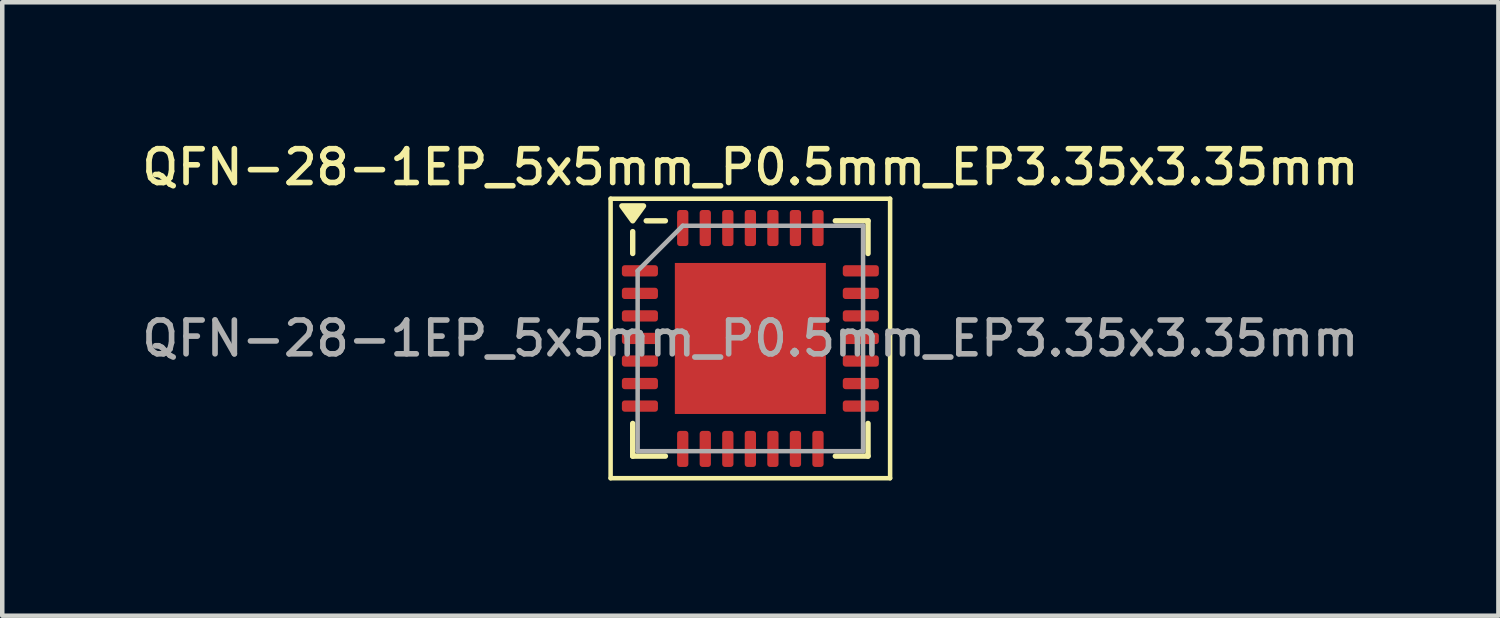
<source format=kicad_pcb>
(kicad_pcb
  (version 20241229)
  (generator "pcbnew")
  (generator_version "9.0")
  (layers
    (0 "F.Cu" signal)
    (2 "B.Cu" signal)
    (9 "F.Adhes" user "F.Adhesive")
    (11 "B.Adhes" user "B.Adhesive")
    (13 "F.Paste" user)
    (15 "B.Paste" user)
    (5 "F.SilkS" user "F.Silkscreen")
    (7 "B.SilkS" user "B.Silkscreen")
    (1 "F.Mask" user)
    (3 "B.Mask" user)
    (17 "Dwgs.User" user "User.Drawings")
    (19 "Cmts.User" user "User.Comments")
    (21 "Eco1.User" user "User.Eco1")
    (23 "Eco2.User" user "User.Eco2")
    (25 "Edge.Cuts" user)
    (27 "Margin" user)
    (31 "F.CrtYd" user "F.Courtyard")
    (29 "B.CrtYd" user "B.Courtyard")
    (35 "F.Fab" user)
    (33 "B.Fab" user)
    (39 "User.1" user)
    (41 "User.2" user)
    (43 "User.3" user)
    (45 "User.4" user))
  (footprint "QFN-28-1EP_5x5mm_P0.5mm_EP3.35x3.35mm"
    (layer "F.Cu")
    (at 13.595 4.458)
    (property "Reference" "QFN-28-1EP_5x5mm_P0.5mm_EP3.35x3.35mm" (at 0 -3.8 0) (layer "F.SilkS") (effects (font (size 0.75 0.75) (thickness 0.125))))
    (attr smd)
    (fp_line (start -3.1 -3.1) (end -3.1 3.1) (stroke (width 0.1) (type solid)) (layer "F.SilkS"))
    (fp_line (start -3.1 3.1) (end 3.1 3.1) (stroke (width 0.1) (type solid)) (layer "F.SilkS"))
    (fp_line (start -2.61 -1.885) (end -2.61 -2.37) (stroke (width 0.12) (type solid)) (layer "F.SilkS"))
    (fp_line (start -2.61 2.61) (end -2.61 1.885) (stroke (width 0.12) (type solid)) (layer "F.SilkS"))
    (fp_line (start -1.885 -2.61) (end -2.31 -2.61) (stroke (width 0.12) (type solid)) (layer "F.SilkS"))
    (fp_line (start -1.885 2.61) (end -2.61 2.61) (stroke (width 0.12) (type solid)) (layer "F.SilkS"))
    (fp_line (start 1.885 -2.61) (end 2.61 -2.61) (stroke (width 0.12) (type solid)) (layer "F.SilkS"))
    (fp_line (start 1.885 2.61) (end 2.61 2.61) (stroke (width 0.12) (type solid)) (layer "F.SilkS"))
    (fp_line (start 2.61 -2.61) (end 2.61 -1.885) (stroke (width 0.12) (type solid)) (layer "F.SilkS"))
    (fp_line (start 2.61 2.61) (end 2.61 1.885) (stroke (width 0.12) (type solid)) (layer "F.SilkS"))
    (fp_line (start 3.1 -3.1) (end -3.1 -3.1) (stroke (width 0.1) (type solid)) (layer "F.SilkS"))
    (fp_line (start 3.1 3.1) (end 3.1 -3.1) (stroke (width 0.1) (type solid)) (layer "F.SilkS"))
    (fp_poly (pts (xy -2.61 -2.61) (xy -2.85 -2.94) (xy -2.37 -2.94) (xy -2.61 -2.61)) (stroke (width 0.12) (type solid)) (fill yes) (layer "F.SilkS"))
    (fp_line (start -2.5 -1.5) (end -1.5 -2.5) (stroke (width 0.1) (type solid)) (layer "F.Fab"))
    (fp_line (start -2.5 2.5) (end -2.5 -1.5) (stroke (width 0.1) (type solid)) (layer "F.Fab"))
    (fp_line (start -1.5 -2.5) (end 2.5 -2.5) (stroke (width 0.1) (type solid)) (layer "F.Fab"))
    (fp_line (start 2.5 -2.5) (end 2.5 2.5) (stroke (width 0.1) (type solid)) (layer "F.Fab"))
    (fp_line (start 2.5 2.5) (end -2.5 2.5) (stroke (width 0.1) (type solid)) (layer "F.Fab"))
    (fp_text user "${REFERENCE}" (at 0 0 0) (layer "F.Fab") (effects (font (size 0.75 0.75) (thickness 0.125))))
    (pad "" smd roundrect (at -1.12 -1.12) (size 0.9 0.9) (layers "F.Paste") (roundrect_rratio 0.25))
    (pad "" smd roundrect (at -1.12 0) (size 0.9 0.9) (layers "F.Paste") (roundrect_rratio 0.25))
    (pad "" smd roundrect (at -1.12 1.12) (size 0.9 0.9) (layers "F.Paste") (roundrect_rratio 0.25))
    (pad "" smd roundrect (at 0 -1.12) (size 0.9 0.9) (layers "F.Paste") (roundrect_rratio 0.25))
    (pad "" smd roundrect (at 0 0) (size 0.9 0.9) (layers "F.Paste") (roundrect_rratio 0.25))
    (pad "" smd roundrect (at 0 1.12) (size 0.9 0.9) (layers "F.Paste") (roundrect_rratio 0.25))
    (pad "" smd roundrect (at 1.12 -1.12) (size 0.9 0.9) (layers "F.Paste") (roundrect_rratio 0.25))
    (pad "" smd roundrect (at 1.12 0) (size 0.9 0.9) (layers "F.Paste") (roundrect_rratio 0.25))
    (pad "" smd roundrect (at 1.12 1.12) (size 0.9 0.9) (layers "F.Paste") (roundrect_rratio 0.25))
    (pad "1" smd roundrect (at -2.45 -1.5) (size 0.8 0.25) (layers "F.Cu" "F.Mask" "F.Paste") (roundrect_rratio 0.25))
    (pad "2" smd roundrect (at -2.45 -1) (size 0.8 0.25) (layers "F.Cu" "F.Mask" "F.Paste") (roundrect_rratio 0.25))
    (pad "3" smd roundrect (at -2.45 -0.5) (size 0.8 0.25) (layers "F.Cu" "F.Mask" "F.Paste") (roundrect_rratio 0.25))
    (pad "4" smd roundrect (at -2.45 0) (size 0.8 0.25) (layers "F.Cu" "F.Mask" "F.Paste") (roundrect_rratio 0.25))
    (pad "5" smd roundrect (at -2.45 0.5) (size 0.8 0.25) (layers "F.Cu" "F.Mask" "F.Paste") (roundrect_rratio 0.25))
    (pad "6" smd roundrect (at -2.45 1) (size 0.8 0.25) (layers "F.Cu" "F.Mask" "F.Paste") (roundrect_rratio 0.25))
    (pad "7" smd roundrect (at -2.45 1.5) (size 0.8 0.25) (layers "F.Cu" "F.Mask" "F.Paste") (roundrect_rratio 0.25))
    (pad "8" smd roundrect (at -1.5 2.45) (size 0.25 0.8) (layers "F.Cu" "F.Mask" "F.Paste") (roundrect_rratio 0.25))
    (pad "9" smd roundrect (at -1 2.45) (size 0.25 0.8) (layers "F.Cu" "F.Mask" "F.Paste") (roundrect_rratio 0.25))
    (pad "10" smd roundrect (at -0.5 2.45) (size 0.25 0.8) (layers "F.Cu" "F.Mask" "F.Paste") (roundrect_rratio 0.25))
    (pad "11" smd roundrect (at 0 2.45) (size 0.25 0.8) (layers "F.Cu" "F.Mask" "F.Paste") (roundrect_rratio 0.25))
    (pad "12" smd roundrect (at 0.5 2.45) (size 0.25 0.8) (layers "F.Cu" "F.Mask" "F.Paste") (roundrect_rratio 0.25))
    (pad "13" smd roundrect (at 1 2.45) (size 0.25 0.8) (layers "F.Cu" "F.Mask" "F.Paste") (roundrect_rratio 0.25))
    (pad "14" smd roundrect (at 1.5 2.45) (size 0.25 0.8) (layers "F.Cu" "F.Mask" "F.Paste") (roundrect_rratio 0.25))
    (pad "15" smd roundrect (at 2.45 1.5) (size 0.8 0.25) (layers "F.Cu" "F.Mask" "F.Paste") (roundrect_rratio 0.25))
    (pad "16" smd roundrect (at 2.45 1) (size 0.8 0.25) (layers "F.Cu" "F.Mask" "F.Paste") (roundrect_rratio 0.25))
    (pad "17" smd roundrect (at 2.45 0.5) (size 0.8 0.25) (layers "F.Cu" "F.Mask" "F.Paste") (roundrect_rratio 0.25))
    (pad "18" smd roundrect (at 2.45 0) (size 0.8 0.25) (layers "F.Cu" "F.Mask" "F.Paste") (roundrect_rratio 0.25))
    (pad "19" smd roundrect (at 2.45 -0.5) (size 0.8 0.25) (layers "F.Cu" "F.Mask" "F.Paste") (roundrect_rratio 0.25))
    (pad "20" smd roundrect (at 2.45 -1) (size 0.8 0.25) (layers "F.Cu" "F.Mask" "F.Paste") (roundrect_rratio 0.25))
    (pad "21" smd roundrect (at 2.45 -1.5) (size 0.8 0.25) (layers "F.Cu" "F.Mask" "F.Paste") (roundrect_rratio 0.25))
    (pad "22" smd roundrect (at 1.5 -2.45) (size 0.25 0.8) (layers "F.Cu" "F.Mask" "F.Paste") (roundrect_rratio 0.25))
    (pad "23" smd roundrect (at 1 -2.45) (size 0.25 0.8) (layers "F.Cu" "F.Mask" "F.Paste") (roundrect_rratio 0.25))
    (pad "24" smd roundrect (at 0.5 -2.45) (size 0.25 0.8) (layers "F.Cu" "F.Mask" "F.Paste") (roundrect_rratio 0.25))
    (pad "25" smd roundrect (at 0 -2.45) (size 0.25 0.8) (layers "F.Cu" "F.Mask" "F.Paste") (roundrect_rratio 0.25))
    (pad "26" smd roundrect (at -0.5 -2.45) (size 0.25 0.8) (layers "F.Cu" "F.Mask" "F.Paste") (roundrect_rratio 0.25))
    (pad "27" smd roundrect (at -1 -2.45) (size 0.25 0.8) (layers "F.Cu" "F.Mask" "F.Paste") (roundrect_rratio 0.25))
    (pad "28" smd roundrect (at -1.5 -2.45) (size 0.25 0.8) (layers "F.Cu" "F.Mask" "F.Paste") (roundrect_rratio 0.25))
    (pad "29" smd rect (at 0 0) (size 3.35 3.35) (property pad_prop_heatsink) (layers "F.Cu" "F.Mask")))
  (gr_rect
    (start -3 -3)
    (end 30.189 10.608)
    (stroke (width 0.1) (type default))
    (fill no)
    (layer "Edge.Cuts")))
</source>
